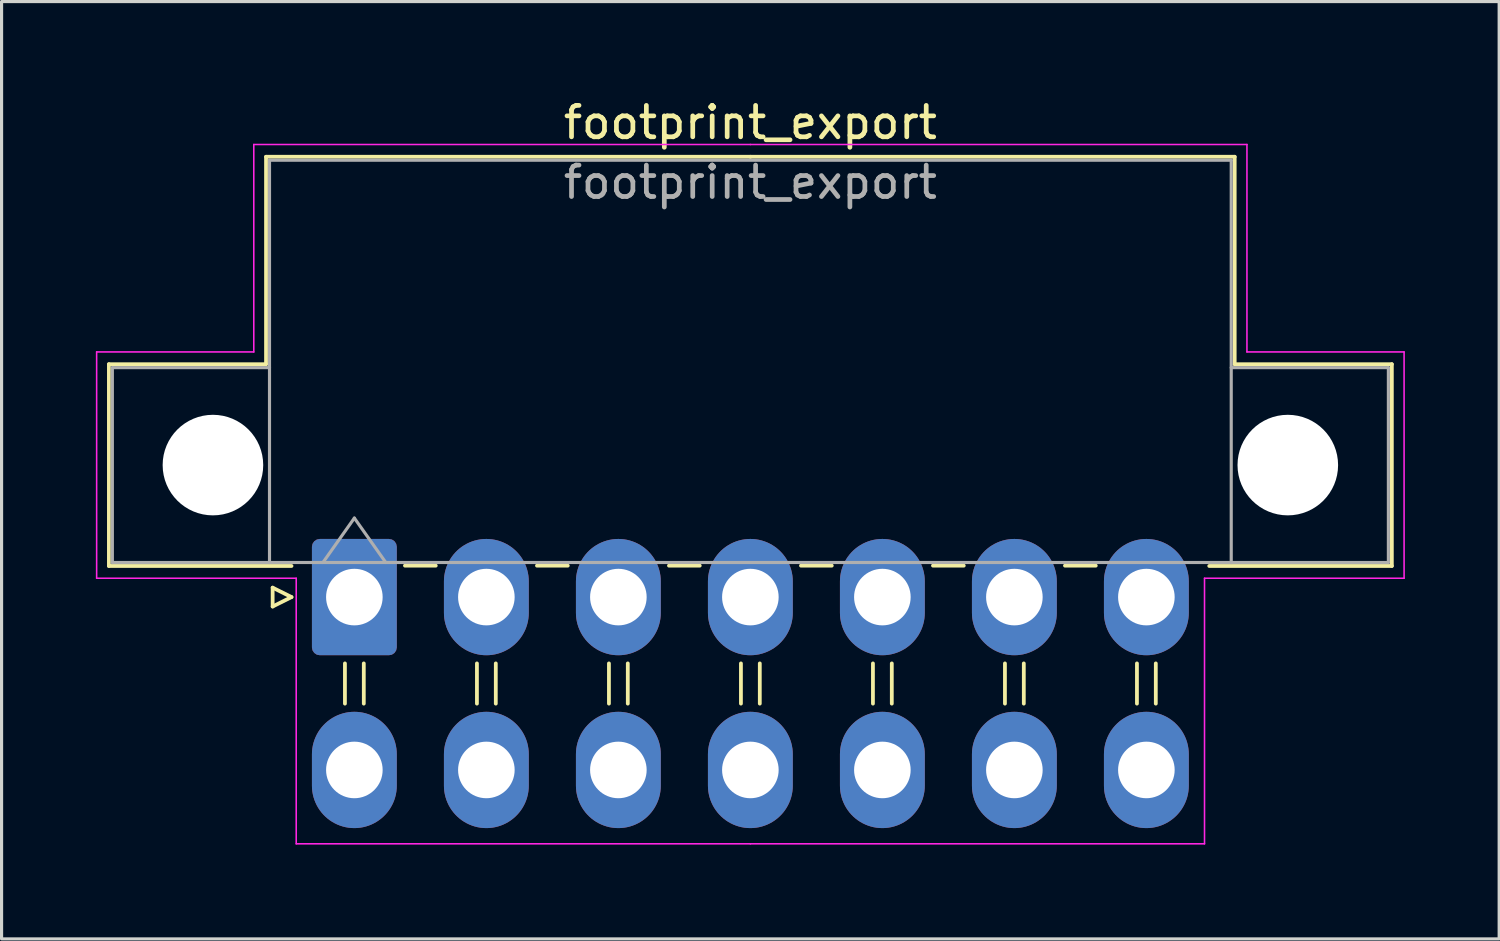
<source format=kicad_pcb>
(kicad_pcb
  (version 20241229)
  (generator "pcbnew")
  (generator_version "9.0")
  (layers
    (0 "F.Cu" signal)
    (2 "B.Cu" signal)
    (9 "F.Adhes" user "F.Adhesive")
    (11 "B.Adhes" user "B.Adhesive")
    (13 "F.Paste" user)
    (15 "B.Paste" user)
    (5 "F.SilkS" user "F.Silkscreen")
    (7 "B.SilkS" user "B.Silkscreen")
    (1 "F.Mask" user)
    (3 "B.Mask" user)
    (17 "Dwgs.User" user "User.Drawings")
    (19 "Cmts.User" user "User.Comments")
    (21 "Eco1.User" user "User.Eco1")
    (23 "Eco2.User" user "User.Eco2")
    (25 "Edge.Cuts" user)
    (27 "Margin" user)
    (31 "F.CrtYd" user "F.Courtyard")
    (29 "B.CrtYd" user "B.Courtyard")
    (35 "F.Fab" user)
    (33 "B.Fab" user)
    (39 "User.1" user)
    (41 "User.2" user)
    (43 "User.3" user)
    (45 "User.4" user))
  (footprint "footprint_export"
    (layer "F.Cu")
    (at 8.225 15.948)
    (property "Reference" "footprint_export" (at 12.6 -15.1 0) (layer "F.SilkS") (effects (font (size 1 1) (thickness 0.15))))
    (attr through_hole)
    (fp_line (start -7.81 -7.41) (end -7.81 -0.99) (stroke (width 0.12) (type solid)) (layer "F.SilkS"))
    (fp_line (start -7.81 -0.99) (end -2 -0.99) (stroke (width 0.12) (type solid)) (layer "F.SilkS"))
    (fp_line (start -2.81 -14.01) (end -2.81 -7.41) (stroke (width 0.12) (type solid)) (layer "F.SilkS"))
    (fp_line (start -2.81 -7.41) (end -7.81 -7.41) (stroke (width 0.12) (type solid)) (layer "F.SilkS"))
    (fp_line (start -2.6 -0.3) (end -2 0) (stroke (width 0.12) (type solid)) (layer "F.SilkS"))
    (fp_line (start -2.6 0.3) (end -2.6 -0.3) (stroke (width 0.12) (type solid)) (layer "F.SilkS"))
    (fp_line (start -2 0) (end -2.6 0.3) (stroke (width 0.12) (type solid)) (layer "F.SilkS"))
    (fp_line (start -0.3 2.11) (end -0.3 3.39) (stroke (width 0.12) (type solid)) (layer "F.SilkS"))
    (fp_line (start 0.3 2.11) (end 0.3 3.39) (stroke (width 0.12) (type solid)) (layer "F.SilkS"))
    (fp_line (start 1.61 -1) (end 2.59 -1) (stroke (width 0.12) (type solid)) (layer "F.SilkS"))
    (fp_line (start 3.9 2.11) (end 3.9 3.39) (stroke (width 0.12) (type solid)) (layer "F.SilkS"))
    (fp_line (start 4.5 2.11) (end 4.5 3.39) (stroke (width 0.12) (type solid)) (layer "F.SilkS"))
    (fp_line (start 5.81 -1) (end 6.79 -1) (stroke (width 0.12) (type solid)) (layer "F.SilkS"))
    (fp_line (start 8.1 2.11) (end 8.1 3.39) (stroke (width 0.12) (type solid)) (layer "F.SilkS"))
    (fp_line (start 8.7 2.11) (end 8.7 3.39) (stroke (width 0.12) (type solid)) (layer "F.SilkS"))
    (fp_line (start 10.01 -1) (end 10.99 -1) (stroke (width 0.12) (type solid)) (layer "F.SilkS"))
    (fp_line (start 12.3 2.11) (end 12.3 3.39) (stroke (width 0.12) (type solid)) (layer "F.SilkS"))
    (fp_line (start 12.6 -14.01) (end -2.81 -14.01) (stroke (width 0.12) (type solid)) (layer "F.SilkS"))
    (fp_line (start 12.6 -14.01) (end 28.01 -14.01) (stroke (width 0.12) (type solid)) (layer "F.SilkS"))
    (fp_line (start 12.9 2.11) (end 12.9 3.39) (stroke (width 0.12) (type solid)) (layer "F.SilkS"))
    (fp_line (start 14.21 -1) (end 15.19 -1) (stroke (width 0.12) (type solid)) (layer "F.SilkS"))
    (fp_line (start 16.5 2.11) (end 16.5 3.39) (stroke (width 0.12) (type solid)) (layer "F.SilkS"))
    (fp_line (start 17.1 2.11) (end 17.1 3.39) (stroke (width 0.12) (type solid)) (layer "F.SilkS"))
    (fp_line (start 18.41 -1) (end 19.39 -1) (stroke (width 0.12) (type solid)) (layer "F.SilkS"))
    (fp_line (start 20.7 2.11) (end 20.7 3.39) (stroke (width 0.12) (type solid)) (layer "F.SilkS"))
    (fp_line (start 21.3 2.11) (end 21.3 3.39) (stroke (width 0.12) (type solid)) (layer "F.SilkS"))
    (fp_line (start 22.61 -1) (end 23.59 -1) (stroke (width 0.12) (type solid)) (layer "F.SilkS"))
    (fp_line (start 24.9 2.11) (end 24.9 3.39) (stroke (width 0.12) (type solid)) (layer "F.SilkS"))
    (fp_line (start 25.5 2.11) (end 25.5 3.39) (stroke (width 0.12) (type solid)) (layer "F.SilkS"))
    (fp_line (start 28.01 -14.01) (end 28.01 -7.41) (stroke (width 0.12) (type solid)) (layer "F.SilkS"))
    (fp_line (start 28.01 -7.41) (end 33.01 -7.41) (stroke (width 0.12) (type solid)) (layer "F.SilkS"))
    (fp_line (start 33.01 -7.41) (end 33.01 -0.99) (stroke (width 0.12) (type solid)) (layer "F.SilkS"))
    (fp_line (start 33.01 -0.99) (end 27.2 -0.99) (stroke (width 0.12) (type solid)) (layer "F.SilkS"))
    (fp_line (start -8.2 -7.8) (end -8.2 -0.6) (stroke (width 0.05) (type solid)) (layer "F.CrtYd"))
    (fp_line (start -8.2 -0.6) (end -1.85 -0.6) (stroke (width 0.05) (type solid)) (layer "F.CrtYd"))
    (fp_line (start -3.2 -14.4) (end -3.2 -7.8) (stroke (width 0.05) (type solid)) (layer "F.CrtYd"))
    (fp_line (start -3.2 -7.8) (end -8.2 -7.8) (stroke (width 0.05) (type solid)) (layer "F.CrtYd"))
    (fp_line (start -1.85 -0.6) (end -1.85 7.85) (stroke (width 0.05) (type solid)) (layer "F.CrtYd"))
    (fp_line (start -1.85 7.85) (end 12.6 7.85) (stroke (width 0.05) (type solid)) (layer "F.CrtYd"))
    (fp_line (start 12.6 -14.4) (end -3.2 -14.4) (stroke (width 0.05) (type solid)) (layer "F.CrtYd"))
    (fp_line (start 12.6 -14.4) (end 28.4 -14.4) (stroke (width 0.05) (type solid)) (layer "F.CrtYd"))
    (fp_line (start 27.05 -0.6) (end 27.05 7.85) (stroke (width 0.05) (type solid)) (layer "F.CrtYd"))
    (fp_line (start 27.05 7.85) (end 12.6 7.85) (stroke (width 0.05) (type solid)) (layer "F.CrtYd"))
    (fp_line (start 28.4 -14.4) (end 28.4 -7.8) (stroke (width 0.05) (type solid)) (layer "F.CrtYd"))
    (fp_line (start 28.4 -7.8) (end 33.4 -7.8) (stroke (width 0.05) (type solid)) (layer "F.CrtYd"))
    (fp_line (start 33.4 -7.8) (end 33.4 -0.6) (stroke (width 0.05) (type solid)) (layer "F.CrtYd"))
    (fp_line (start 33.4 -0.6) (end 27.05 -0.6) (stroke (width 0.05) (type solid)) (layer "F.CrtYd"))
    (fp_line (start -7.7 -7.3) (end -7.7 -1.1) (stroke (width 0.1) (type solid)) (layer "F.Fab"))
    (fp_line (start -7.7 -1.1) (end -2.7 -1.1) (stroke (width 0.1) (type solid)) (layer "F.Fab"))
    (fp_line (start -2.7 -13.9) (end -2.7 -1.1) (stroke (width 0.1) (type solid)) (layer "F.Fab"))
    (fp_line (start -2.7 -7.3) (end -7.7 -7.3) (stroke (width 0.1) (type solid)) (layer "F.Fab"))
    (fp_line (start -2.7 -1.1) (end 27.9 -1.1) (stroke (width 0.1) (type solid)) (layer "F.Fab"))
    (fp_line (start -1 -1.1) (end 0 -2.514) (stroke (width 0.1) (type solid)) (layer "F.Fab"))
    (fp_line (start 0 -2.514) (end 1 -1.1) (stroke (width 0.1) (type solid)) (layer "F.Fab"))
    (fp_line (start 27.9 -13.9) (end -2.7 -13.9) (stroke (width 0.1) (type solid)) (layer "F.Fab"))
    (fp_line (start 27.9 -7.3) (end 32.9 -7.3) (stroke (width 0.1) (type solid)) (layer "F.Fab"))
    (fp_line (start 27.9 -1.1) (end 27.9 -13.9) (stroke (width 0.1) (type solid)) (layer "F.Fab"))
    (fp_line (start 32.9 -7.3) (end 32.9 -1.1) (stroke (width 0.1) (type solid)) (layer "F.Fab"))
    (fp_line (start 32.9 -1.1) (end 27.9 -1.1) (stroke (width 0.1) (type solid)) (layer "F.Fab"))
    (fp_text user "${REFERENCE}" (at 12.6 -13.2 0) (layer "F.Fab") (effects (font (size 1 1) (thickness 0.15))))
    (pad "" np_thru_hole circle (at -4.5 -4.2) (size 3.2 3.2) (drill 3.2) (layers "*.Cu" "*.Mask"))
    (pad "" np_thru_hole circle (at 29.7 -4.2) (size 3.2 3.2) (drill 3.2) (layers "*.Cu" "*.Mask"))
    (pad "1" thru_hole roundrect (at 0 0) (size 2.7 3.7) (drill 1.8) (layers "*.Cu" "*.Mask") (roundrect_rratio 0.093))
    (pad "2" thru_hole oval (at 4.2 0) (size 2.7 3.7) (drill 1.8) (layers "*.Cu" "*.Mask"))
    (pad "3" thru_hole oval (at 8.4 0) (size 2.7 3.7) (drill 1.8) (layers "*.Cu" "*.Mask"))
    (pad "4" thru_hole oval (at 12.6 0) (size 2.7 3.7) (drill 1.8) (layers "*.Cu" "*.Mask"))
    (pad "5" thru_hole oval (at 16.8 0) (size 2.7 3.7) (drill 1.8) (layers "*.Cu" "*.Mask"))
    (pad "6" thru_hole oval (at 21 0) (size 2.7 3.7) (drill 1.8) (layers "*.Cu" "*.Mask"))
    (pad "7" thru_hole oval (at 25.2 0) (size 2.7 3.7) (drill 1.8) (layers "*.Cu" "*.Mask"))
    (pad "8" thru_hole oval (at 0 5.5) (size 2.7 3.7) (drill 1.8) (layers "*.Cu" "*.Mask"))
    (pad "9" thru_hole oval (at 4.2 5.5) (size 2.7 3.7) (drill 1.8) (layers "*.Cu" "*.Mask"))
    (pad "10" thru_hole oval (at 8.4 5.5) (size 2.7 3.7) (drill 1.8) (layers "*.Cu" "*.Mask"))
    (pad "11" thru_hole oval (at 12.6 5.5) (size 2.7 3.7) (drill 1.8) (layers "*.Cu" "*.Mask"))
    (pad "12" thru_hole oval (at 16.8 5.5) (size 2.7 3.7) (drill 1.8) (layers "*.Cu" "*.Mask"))
    (pad "13" thru_hole oval (at 21 5.5) (size 2.7 3.7) (drill 1.8) (layers "*.Cu" "*.Mask"))
    (pad "14" thru_hole oval (at 25.2 5.5) (size 2.7 3.7) (drill 1.8) (layers "*.Cu" "*.Mask")))
  (gr_rect
    (start -3 -3)
    (end 44.65 26.823)
    (stroke (width 0.1) (type default))
    (fill no)
    (layer "Edge.Cuts")))
</source>
